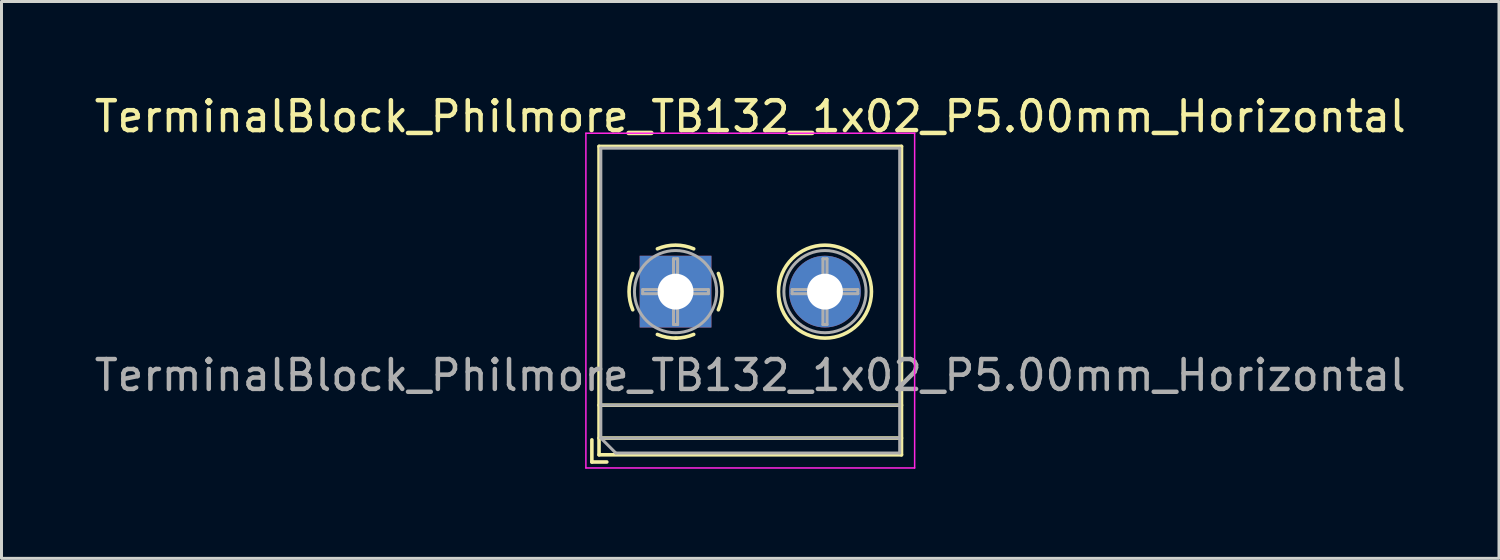
<source format=kicad_pcb>
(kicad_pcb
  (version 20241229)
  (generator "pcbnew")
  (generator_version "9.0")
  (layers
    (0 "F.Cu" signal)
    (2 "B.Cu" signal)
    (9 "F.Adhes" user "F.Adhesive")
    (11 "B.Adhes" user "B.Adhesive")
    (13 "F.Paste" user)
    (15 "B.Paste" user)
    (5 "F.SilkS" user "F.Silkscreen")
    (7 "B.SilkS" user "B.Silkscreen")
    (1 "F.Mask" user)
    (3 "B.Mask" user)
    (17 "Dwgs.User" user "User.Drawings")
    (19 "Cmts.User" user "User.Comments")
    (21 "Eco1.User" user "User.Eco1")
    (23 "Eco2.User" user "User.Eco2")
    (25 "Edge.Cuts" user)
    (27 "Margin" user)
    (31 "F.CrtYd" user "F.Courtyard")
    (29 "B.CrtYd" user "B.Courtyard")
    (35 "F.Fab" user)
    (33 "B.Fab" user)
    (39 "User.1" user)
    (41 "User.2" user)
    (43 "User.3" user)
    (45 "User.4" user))
  (footprint "TerminalBlock_Philmore_TB132_1x02_P5.00mm_Horizontal"
    (layer "F.Cu")
    (at 19.554 6.708)
    (property "Reference" "TerminalBlock_Philmore_TB132_1x02_P5.00mm_Horizontal" (at 2.5 -5.86 0) (layer "F.SilkS") (effects (font (size 1 1) (thickness 0.15))))
    (attr through_hole)
    (fp_line (start -2.8 4.96) (end -2.8 5.7) (stroke (width 0.12) (type solid)) (layer "F.SilkS"))
    (fp_line (start -2.8 5.7) (end -2.3 5.7) (stroke (width 0.12) (type solid)) (layer "F.SilkS"))
    (fp_line (start -2.56 -4.86) (end -2.56 5.46) (stroke (width 0.12) (type solid)) (layer "F.SilkS"))
    (fp_line (start -2.56 3.8) (end 7.56 3.8) (stroke (width 0.12) (type solid)) (layer "F.SilkS"))
    (fp_line (start -2.56 4.9) (end 7.56 4.9) (stroke (width 0.12) (type solid)) (layer "F.SilkS"))
    (fp_line (start -2.56 5.46) (end 7.56 5.46) (stroke (width 0.12) (type solid)) (layer "F.SilkS"))
    (fp_line (start 7.56 -4.86) (end -2.56 -4.86) (stroke (width 0.12) (type solid)) (layer "F.SilkS"))
    (fp_line (start 7.56 5.46) (end 7.56 -4.86) (stroke (width 0.12) (type solid)) (layer "F.SilkS"))
    (fp_arc (start -1.432109 0.607742) (mid -1.555727 -0.00014) (end -1.432 -0.608) (stroke (width 0.12) (type solid)) (layer "F.SilkS"))
    (fp_arc (start -0.607742 -1.432109) (mid 0.00014 -1.555727) (end 0.608 -1.432) (stroke (width 0.12) (type solid)) (layer "F.SilkS"))
    (fp_arc (start 0.027011 1.555493) (mid -0.296984 1.527118) (end -0.608 1.432) (stroke (width 0.12) (type solid)) (layer "F.SilkS"))
    (fp_arc (start 0.607587 1.431385) (mid 0.310017 1.523783) (end 0 1.555) (stroke (width 0.12) (type solid)) (layer "F.SilkS"))
    (fp_arc (start 1.432109 -0.607742) (mid 1.555727 0.00014) (end 1.432 0.608) (stroke (width 0.12) (type solid)) (layer "F.SilkS"))
    (fp_circle (center 5 0) (end 6.555 0) (stroke (width 0.12) (type solid)) (fill no) (layer "F.SilkS"))
    (fp_line (start -3 -5.3) (end -3 5.9) (stroke (width 0.05) (type solid)) (layer "F.CrtYd"))
    (fp_line (start -3 5.9) (end 8 5.9) (stroke (width 0.05) (type solid)) (layer "F.CrtYd"))
    (fp_line (start 8 -5.3) (end -3 -5.3) (stroke (width 0.05) (type solid)) (layer "F.CrtYd"))
    (fp_line (start 8 5.9) (end 8 -5.3) (stroke (width 0.05) (type solid)) (layer "F.CrtYd"))
    (fp_line (start -2.5 -4.8) (end 7.5 -4.8) (stroke (width 0.1) (type solid)) (layer "F.Fab"))
    (fp_line (start -2.5 3.8) (end 7.5 3.8) (stroke (width 0.1) (type solid)) (layer "F.Fab"))
    (fp_line (start -2.5 4.9) (end -2.5 -4.8) (stroke (width 0.1) (type solid)) (layer "F.Fab"))
    (fp_line (start -2.5 4.9) (end 7.5 4.9) (stroke (width 0.1) (type solid)) (layer "F.Fab"))
    (fp_line (start -2 5.4) (end -2.5 4.9) (stroke (width 0.1) (type solid)) (layer "F.Fab"))
    (fp_line (start -1.1 -0.069) (end -0.069 -0.069) (stroke (width 0.1) (type solid)) (layer "F.Fab"))
    (fp_line (start -1.1 0.069) (end -1.1 -0.069) (stroke (width 0.1) (type solid)) (layer "F.Fab"))
    (fp_line (start -0.069 -1.1) (end 0.069 -1.1) (stroke (width 0.1) (type solid)) (layer "F.Fab"))
    (fp_line (start -0.069 -0.069) (end -0.069 -1.1) (stroke (width 0.1) (type solid)) (layer "F.Fab"))
    (fp_line (start -0.069 0.069) (end -1.1 0.069) (stroke (width 0.1) (type solid)) (layer "F.Fab"))
    (fp_line (start -0.069 1.1) (end -0.069 0.069) (stroke (width 0.1) (type solid)) (layer "F.Fab"))
    (fp_line (start 0.069 -1.1) (end 0.069 -0.069) (stroke (width 0.1) (type solid)) (layer "F.Fab"))
    (fp_line (start 0.069 -0.069) (end 1.1 -0.069) (stroke (width 0.1) (type solid)) (layer "F.Fab"))
    (fp_line (start 0.069 0.069) (end 0.069 1.1) (stroke (width 0.1) (type solid)) (layer "F.Fab"))
    (fp_line (start 0.069 1.1) (end -0.069 1.1) (stroke (width 0.1) (type solid)) (layer "F.Fab"))
    (fp_line (start 1.1 -0.069) (end 1.1 0.069) (stroke (width 0.1) (type solid)) (layer "F.Fab"))
    (fp_line (start 1.1 0.069) (end 0.069 0.069) (stroke (width 0.1) (type solid)) (layer "F.Fab"))
    (fp_line (start 3.9 -0.069) (end 4.931 -0.069) (stroke (width 0.1) (type solid)) (layer "F.Fab"))
    (fp_line (start 3.9 0.069) (end 3.9 -0.069) (stroke (width 0.1) (type solid)) (layer "F.Fab"))
    (fp_line (start 4.931 -1.1) (end 5.069 -1.1) (stroke (width 0.1) (type solid)) (layer "F.Fab"))
    (fp_line (start 4.931 -0.069) (end 4.931 -1.1) (stroke (width 0.1) (type solid)) (layer "F.Fab"))
    (fp_line (start 4.931 0.069) (end 3.9 0.069) (stroke (width 0.1) (type solid)) (layer "F.Fab"))
    (fp_line (start 4.931 1.1) (end 4.931 0.069) (stroke (width 0.1) (type solid)) (layer "F.Fab"))
    (fp_line (start 5.069 -1.1) (end 5.069 -0.069) (stroke (width 0.1) (type solid)) (layer "F.Fab"))
    (fp_line (start 5.069 -0.069) (end 6.1 -0.069) (stroke (width 0.1) (type solid)) (layer "F.Fab"))
    (fp_line (start 5.069 0.069) (end 5.069 1.1) (stroke (width 0.1) (type solid)) (layer "F.Fab"))
    (fp_line (start 5.069 1.1) (end 4.931 1.1) (stroke (width 0.1) (type solid)) (layer "F.Fab"))
    (fp_line (start 6.1 -0.069) (end 6.1 0.069) (stroke (width 0.1) (type solid)) (layer "F.Fab"))
    (fp_line (start 6.1 0.069) (end 5.069 0.069) (stroke (width 0.1) (type solid)) (layer "F.Fab"))
    (fp_line (start 7.5 -4.8) (end 7.5 5.4) (stroke (width 0.1) (type solid)) (layer "F.Fab"))
    (fp_line (start 7.5 5.4) (end -2 5.4) (stroke (width 0.1) (type solid)) (layer "F.Fab"))
    (fp_circle (center 0 0) (end 1.375 0) (stroke (width 0.1) (type solid)) (fill no) (layer "F.Fab"))
    (fp_circle (center 5 0) (end 6.375 0) (stroke (width 0.1) (type solid)) (fill no) (layer "F.Fab"))
    (fp_text user "${REFERENCE}" (at 2.5 2.8 0) (layer "F.Fab") (effects (font (size 1 1) (thickness 0.15))))
    (pad "1" thru_hole rect (at 0 0) (size 2.4 2.4) (drill 1.2) (layers "*.Cu" "*.Mask"))
    (pad "2" thru_hole circle (at 5 0) (size 2.4 2.4) (drill 1.2) (layers "*.Cu" "*.Mask")))
  (gr_rect
    (start -3 -3)
    (end 47.107 15.633)
    (stroke (width 0.1) (type default))
    (fill no)
    (layer "Edge.Cuts")))
</source>
